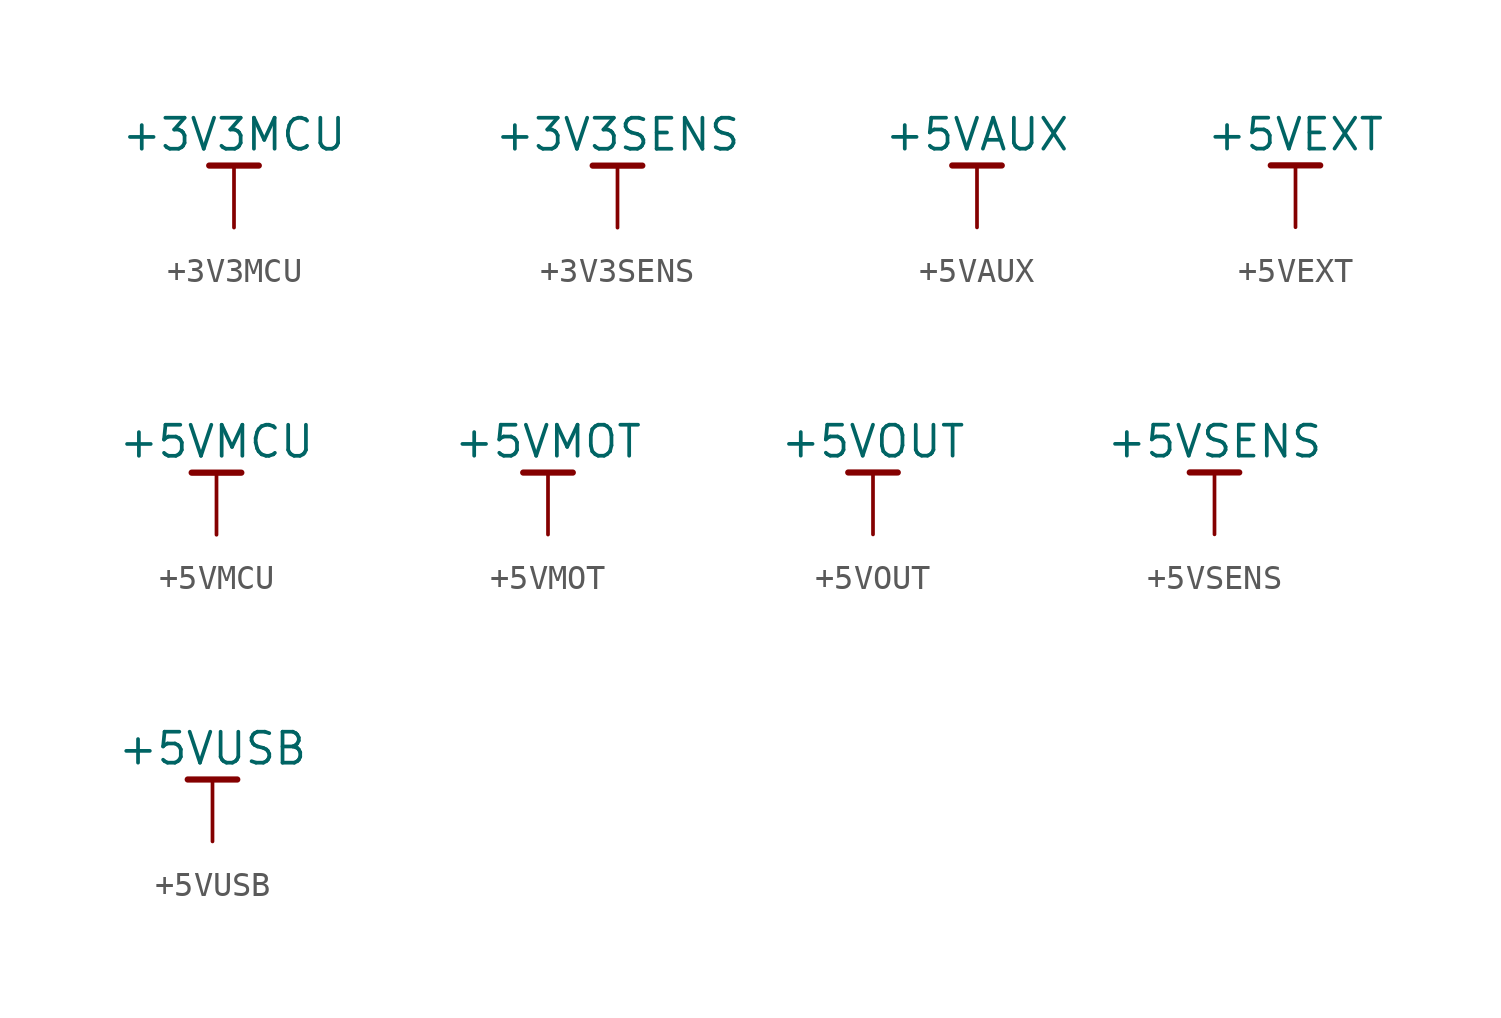
<source format=kicad_sym>
(kicad_symbol_lib
  (version 20211014)
  (generator kicad_symbol_editor)
  (symbol "+3V3MCU"
    (power)
    (pin_numbers hide)
    (pin_names
      (offset 0) hide)
    (property "Reference" "#PWR"
      (at 0 -1.905 0)
      (effects (font (size 1.27 1.27)) hide))
    (property "Value" "+3V3MCU"
      (at 0 3.81 0)
      (effects (font (size 1.27 1.27))))
    (symbol "+3V3MCU_0_1"
      (polyline (pts (xy -1.016 2.54) (xy 1.016 2.54)) (stroke (width 0.254) (type default) (color 0 0 0 0)) (fill (type none)))
      (polyline (pts (xy 0 2.54) (xy 0 0)) (stroke (width 0.152) (type default) (color 0 0 0 0)) (fill (type none))))
    (symbol "+3V3MCU_1_1"
      (pin power_in line (at 0 0 90) (length 0) hide (name "+3V3MCU" (effects (font (size 0.635 0.635)))) (number "1" (effects (font (size 0.635 0.635)))))))
  (symbol "+3V3SENS"
    (power)
    (pin_numbers hide)
    (pin_names
      (offset 0) hide)
    (property "Reference" "#PWR"
      (at 0 -1.905 0)
      (effects (font (size 1.27 1.27)) hide))
    (property "Value" "+3V3SENS"
      (at 0 3.81 0)
      (effects (font (size 1.27 1.27))))
    (symbol "+3V3SENS_0_1"
      (polyline (pts (xy -1.016 2.54) (xy 1.016 2.54)) (stroke (width 0.254) (type default) (color 0 0 0 0)) (fill (type none)))
      (polyline (pts (xy 0 2.54) (xy 0 0)) (stroke (width 0.152) (type default) (color 0 0 0 0)) (fill (type none))))
    (symbol "+3V3SENS_1_1"
      (pin power_in line (at 0 0 90) (length 0) hide (name "+3V3SENS" (effects (font (size 0.635 0.635)))) (number "1" (effects (font (size 0.635 0.635)))))))
  (symbol "+5VAUX"
    (power)
    (pin_numbers hide)
    (pin_names
      (offset 0) hide)
    (property "Reference" "#PWR"
      (at 0 -1.905 0)
      (effects (font (size 1.27 1.27)) hide))
    (property "Value" "+5VAUX"
      (at 0 3.81 0)
      (effects (font (size 1.27 1.27))))
    (symbol "+5VAUX_0_1"
      (polyline (pts (xy -1.016 2.54) (xy 1.016 2.54)) (stroke (width 0.254) (type default) (color 0 0 0 0)) (fill (type none)))
      (polyline (pts (xy 0 2.54) (xy 0 0)) (stroke (width 0.152) (type default) (color 0 0 0 0)) (fill (type none))))
    (symbol "+5VAUX_1_1"
      (pin power_in line (at 0 0 90) (length 0) hide (name "+5VAUX" (effects (font (size 0.635 0.635)))) (number "1" (effects (font (size 0.635 0.635)))))))
  (symbol "+5VEXT"
    (power)
    (pin_numbers hide)
    (pin_names
      (offset 0) hide)
    (property "Reference" "#PWR"
      (at 0 -1.905 0)
      (effects (font (size 1.27 1.27)) hide))
    (property "Value" "+5VEXT"
      (at 0 3.81 0)
      (effects (font (size 1.27 1.27))))
    (symbol "+5VEXT_0_1"
      (polyline (pts (xy -1.016 2.54) (xy 1.016 2.54)) (stroke (width 0.254) (type default) (color 0 0 0 0)) (fill (type none)))
      (polyline (pts (xy 0 2.54) (xy 0 0)) (stroke (width 0.152) (type default) (color 0 0 0 0)) (fill (type none))))
    (symbol "+5VEXT_1_1"
      (pin power_in line (at 0 0 90) (length 0) hide (name "+5VEXT" (effects (font (size 0.635 0.635)))) (number "1" (effects (font (size 0.635 0.635)))))))
  (symbol "+5VMCU"
    (power)
    (pin_numbers hide)
    (pin_names
      (offset 0) hide)
    (property "Reference" "#PWR"
      (at 0 -1.905 0)
      (effects (font (size 1.27 1.27)) hide))
    (property "Value" "+5VMCU"
      (at 0 3.81 0)
      (effects (font (size 1.27 1.27))))
    (symbol "+5VMCU_0_1"
      (polyline (pts (xy -1.016 2.54) (xy 1.016 2.54)) (stroke (width 0.254) (type default) (color 0 0 0 0)) (fill (type none)))
      (polyline (pts (xy 0 2.54) (xy 0 0)) (stroke (width 0.152) (type default) (color 0 0 0 0)) (fill (type none))))
    (symbol "+5VMCU_1_1"
      (pin power_in line (at 0 0 90) (length 0) hide (name "+5VMCU" (effects (font (size 0.635 0.635)))) (number "1" (effects (font (size 0.635 0.635)))))))
  (symbol "+5VMOT"
    (power)
    (pin_numbers hide)
    (pin_names
      (offset 0) hide)
    (property "Reference" "#PWR"
      (at 0 -1.905 0)
      (effects (font (size 1.27 1.27)) hide))
    (property "Value" "+5VMOT"
      (at 0 3.81 0)
      (effects (font (size 1.27 1.27))))
    (symbol "+5VMOT_0_1"
      (polyline (pts (xy -1.016 2.54) (xy 1.016 2.54)) (stroke (width 0.254) (type default) (color 0 0 0 0)) (fill (type none)))
      (polyline (pts (xy 0 2.54) (xy 0 0)) (stroke (width 0.152) (type default) (color 0 0 0 0)) (fill (type none))))
    (symbol "+5VMOT_1_1"
      (pin power_in line (at 0 0 90) (length 0) hide (name "+5VMOT" (effects (font (size 0.635 0.635)))) (number "1" (effects (font (size 0.635 0.635)))))))
  (symbol "+5VOUT"
    (power)
    (pin_numbers hide)
    (pin_names
      (offset 0) hide)
    (property "Reference" "#PWR"
      (at 0 -1.905 0)
      (effects (font (size 1.27 1.27)) hide))
    (property "Value" "+5VOUT"
      (at 0 3.81 0)
      (effects (font (size 1.27 1.27))))
    (symbol "+5VOUT_0_1"
      (polyline (pts (xy -1.016 2.54) (xy 1.016 2.54)) (stroke (width 0.254) (type default) (color 0 0 0 0)) (fill (type none)))
      (polyline (pts (xy 0 2.54) (xy 0 0)) (stroke (width 0.152) (type default) (color 0 0 0 0)) (fill (type none))))
    (symbol "+5VOUT_1_1"
      (pin power_in line (at 0 0 90) (length 0) hide (name "+5VOUT" (effects (font (size 0.635 0.635)))) (number "1" (effects (font (size 0.635 0.635)))))))
  (symbol "+5VSENS"
    (power)
    (pin_numbers hide)
    (pin_names
      (offset 0) hide)
    (property "Reference" "#PWR"
      (at 0 -1.905 0)
      (effects (font (size 1.27 1.27)) hide))
    (property "Value" "+5VSENS"
      (at 0 3.81 0)
      (effects (font (size 1.27 1.27))))
    (symbol "+5VSENS_0_1"
      (polyline (pts (xy -1.016 2.54) (xy 1.016 2.54)) (stroke (width 0.254) (type default) (color 0 0 0 0)) (fill (type none)))
      (polyline (pts (xy 0 2.54) (xy 0 0)) (stroke (width 0.152) (type default) (color 0 0 0 0)) (fill (type none))))
    (symbol "+5VSENS_1_1"
      (pin power_in line (at 0 0 90) (length 0) hide (name "+3V3SENS" (effects (font (size 0.635 0.635)))) (number "1" (effects (font (size 0.635 0.635)))))))
  (symbol "+5VUSB"
    (power)
    (pin_numbers hide)
    (pin_names
      (offset 0) hide)
    (property "Reference" "#PWR"
      (at 0 -1.905 0)
      (effects (font (size 1.27 1.27)) hide))
    (property "Value" "+5VUSB"
      (at 0 3.81 0)
      (effects (font (size 1.27 1.27))))
    (symbol "+5VUSB_0_1"
      (polyline (pts (xy -1.016 2.54) (xy 1.016 2.54)) (stroke (width 0.254) (type default) (color 0 0 0 0)) (fill (type none)))
      (polyline (pts (xy 0 2.54) (xy 0 0)) (stroke (width 0.152) (type default) (color 0 0 0 0)) (fill (type none))))
    (symbol "+5VUSB_1_1"
      (pin power_in line (at 0 0 90) (length 0) hide (name "+5VUSB" (effects (font (size 0.635 0.635)))) (number "1" (effects (font (size 0.635 0.635))))))))
</source>
